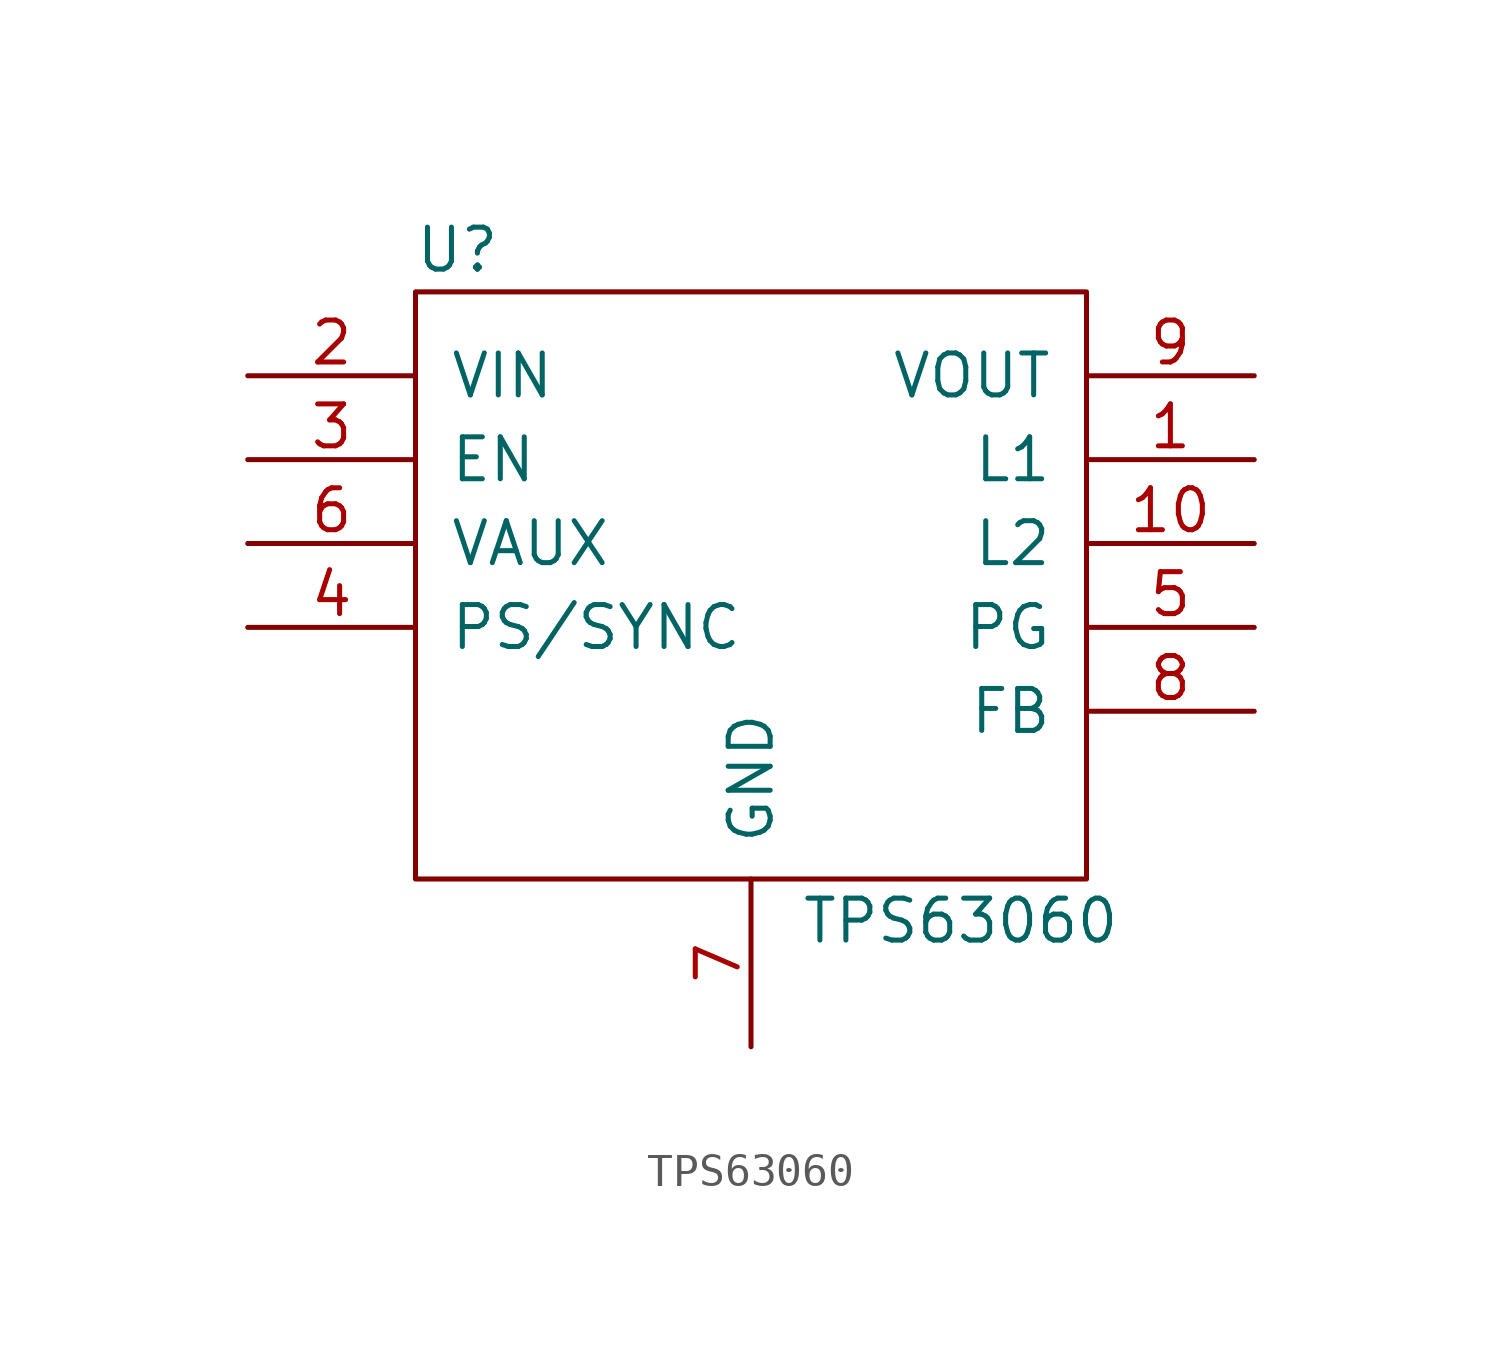
<source format=kicad_sym>
(kicad_symbol_lib
  (version 20220914)
  (generator kicad_symbol_editor)
  (symbol "TPS63060"
    (pin_names
      (offset 1.016))
    (property "Reference" "U"
      (at -8.89 8.89 0)
      (effects (font (size 1.27 1.27))))
    (property "Value" "TPS63060"
      (at 6.35 -11.43 0)
      (effects (font (size 1.27 1.27))))
    (symbol "TPS63060_0_1"
      (rectangle (start -10.16 7.62) (end 10.16 -10.16) (stroke (width 0) (type solid)) (fill (type none))))
    (symbol "TPS63060_1_1"
      (pin input line (at 15.24 2.54 180) (length 5.08) (name "L1" (effects (font (size 1.27 1.27)))) (number "1" (effects (font (size 1.27 1.27)))))
      (pin input line (at 15.24 0 180) (length 5.08) (name "L2" (effects (font (size 1.27 1.27)))) (number "10" (effects (font (size 1.27 1.27)))))
      (pin input line (at 0 -15.24 90) (length 5.08) hide (name "PAD" (effects (font (size 1.27 1.27)))) (number "11" (effects (font (size 1.27 1.27)))))
      (pin input line (at -15.24 5.08 0) (length 5.08) (name "VIN" (effects (font (size 1.27 1.27)))) (number "2" (effects (font (size 1.27 1.27)))))
      (pin input line (at -15.24 2.54 0) (length 5.08) (name "EN" (effects (font (size 1.27 1.27)))) (number "3" (effects (font (size 1.27 1.27)))))
      (pin input line (at -15.24 -2.54 0) (length 5.08) (name "PS/SYNC" (effects (font (size 1.27 1.27)))) (number "4" (effects (font (size 1.27 1.27)))))
      (pin input line (at 15.24 -2.54 180) (length 5.08) (name "PG" (effects (font (size 1.27 1.27)))) (number "5" (effects (font (size 1.27 1.27)))))
      (pin input line (at -15.24 0 0) (length 5.08) (name "VAUX" (effects (font (size 1.27 1.27)))) (number "6" (effects (font (size 1.27 1.27)))))
      (pin input line (at 0 -15.24 90) (length 5.08) (name "GND" (effects (font (size 1.27 1.27)))) (number "7" (effects (font (size 1.27 1.27)))))
      (pin input line (at 15.24 -5.08 180) (length 5.08) (name "FB" (effects (font (size 1.27 1.27)))) (number "8" (effects (font (size 1.27 1.27)))))
      (pin input line (at 15.24 5.08 180) (length 5.08) (name "VOUT" (effects (font (size 1.27 1.27)))) (number "9" (effects (font (size 1.27 1.27))))))))
</source>
